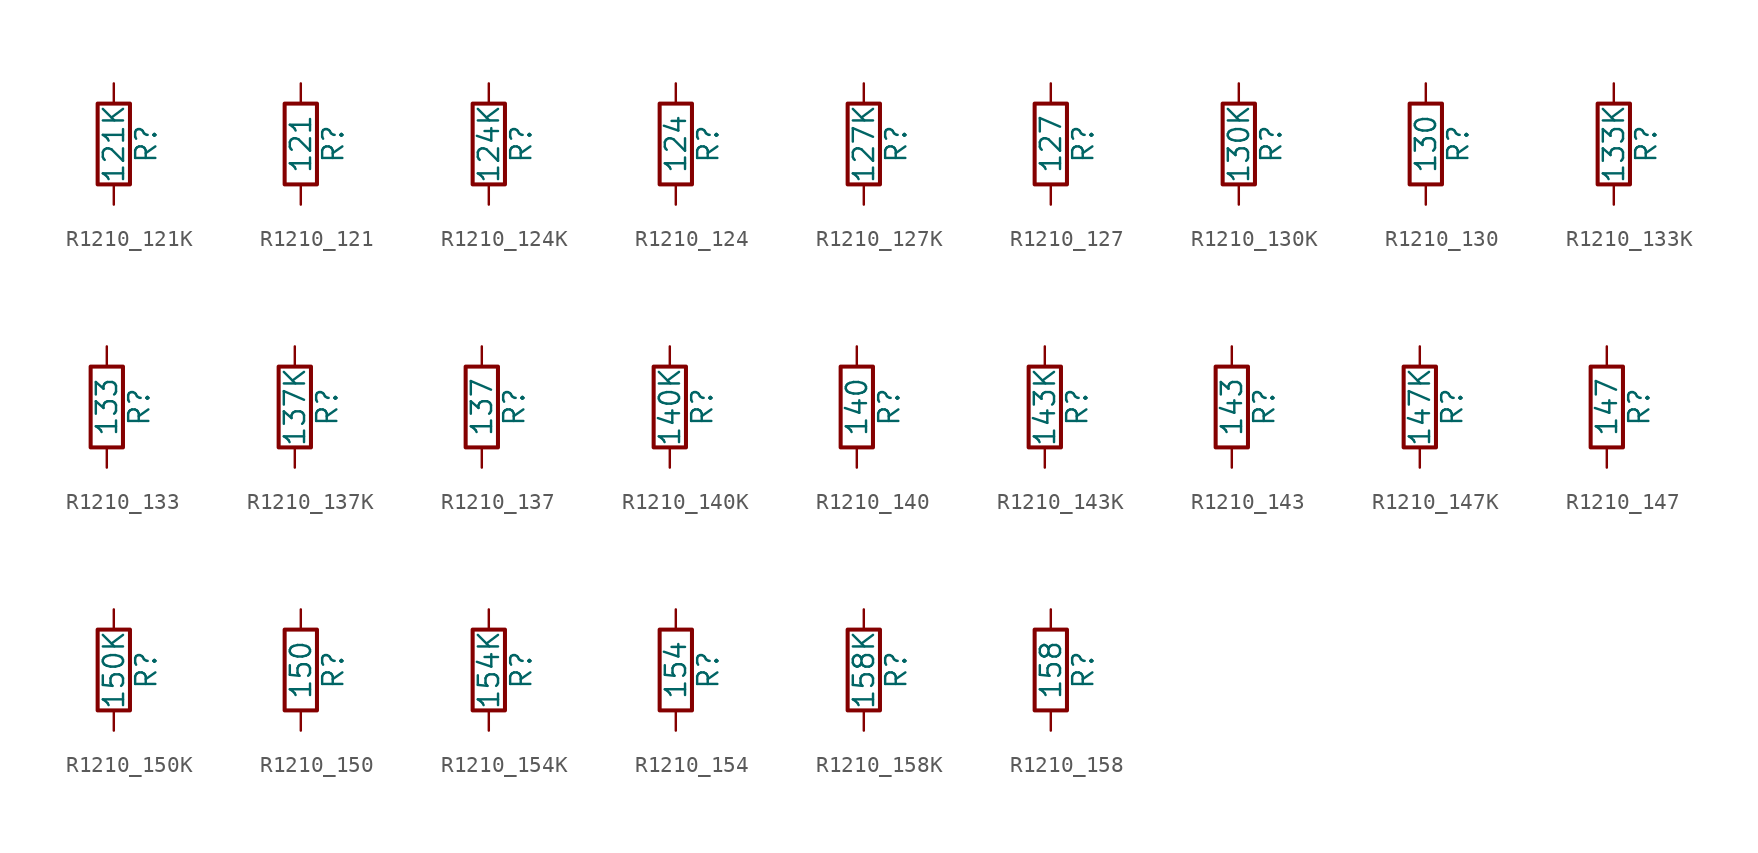
<source format=kicad_sym>
(kicad_symbol_lib
  (version 20211014)
  (generator atlantix-eda)
  (symbol "R1210_121K"
    (pin_numbers hide)
    (pin_names
      (offset 0))
    (property "Reference" "R"
      (at 2.032 0 90)
      (effects (font (size 1.27 1.27))))
    (property "Value" "121K"
      (at 0 0 90)
      (effects (font (size 1.27 1.27))))
    (symbol "R1210_121K_0_1"
      (rectangle (start -1.016 -2.54) (end 1.016 2.54) (stroke (width 0.254) (type default) (color 0 0 0 0)) (fill (type none))))
    (symbol "R1210_121K_1_1"
      (pin passive line (at 0 3.81 270) (length 1.27) (name "~" (effects (font (size 1.27 1.27)))) (number "1" (effects (font (size 1.27 1.27)))))
      (pin passive line (at 0 -3.81 90) (length 1.27) (name "~" (effects (font (size 1.27 1.27)))) (number "2" (effects (font (size 1.27 1.27)))))))
  (symbol "R1210_121"
    (pin_numbers hide)
    (pin_names
      (offset 0))
    (property "Reference" "R"
      (at 2.032 0 90)
      (effects (font (size 1.27 1.27))))
    (property "Value" "121"
      (at 0 0 90)
      (effects (font (size 1.27 1.27))))
    (symbol "R1210_121_0_1"
      (rectangle (start -1.016 -2.54) (end 1.016 2.54) (stroke (width 0.254) (type default) (color 0 0 0 0)) (fill (type none))))
    (symbol "R1210_121_1_1"
      (pin passive line (at 0 3.81 270) (length 1.27) (name "~" (effects (font (size 1.27 1.27)))) (number "1" (effects (font (size 1.27 1.27)))))
      (pin passive line (at 0 -3.81 90) (length 1.27) (name "~" (effects (font (size 1.27 1.27)))) (number "2" (effects (font (size 1.27 1.27)))))))
  (symbol "R1210_124K"
    (pin_numbers hide)
    (pin_names
      (offset 0))
    (property "Reference" "R"
      (at 2.032 0 90)
      (effects (font (size 1.27 1.27))))
    (property "Value" "124K"
      (at 0 0 90)
      (effects (font (size 1.27 1.27))))
    (symbol "R1210_124K_0_1"
      (rectangle (start -1.016 -2.54) (end 1.016 2.54) (stroke (width 0.254) (type default) (color 0 0 0 0)) (fill (type none))))
    (symbol "R1210_124K_1_1"
      (pin passive line (at 0 3.81 270) (length 1.27) (name "~" (effects (font (size 1.27 1.27)))) (number "1" (effects (font (size 1.27 1.27)))))
      (pin passive line (at 0 -3.81 90) (length 1.27) (name "~" (effects (font (size 1.27 1.27)))) (number "2" (effects (font (size 1.27 1.27)))))))
  (symbol "R1210_124"
    (pin_numbers hide)
    (pin_names
      (offset 0))
    (property "Reference" "R"
      (at 2.032 0 90)
      (effects (font (size 1.27 1.27))))
    (property "Value" "124"
      (at 0 0 90)
      (effects (font (size 1.27 1.27))))
    (symbol "R1210_124_0_1"
      (rectangle (start -1.016 -2.54) (end 1.016 2.54) (stroke (width 0.254) (type default) (color 0 0 0 0)) (fill (type none))))
    (symbol "R1210_124_1_1"
      (pin passive line (at 0 3.81 270) (length 1.27) (name "~" (effects (font (size 1.27 1.27)))) (number "1" (effects (font (size 1.27 1.27)))))
      (pin passive line (at 0 -3.81 90) (length 1.27) (name "~" (effects (font (size 1.27 1.27)))) (number "2" (effects (font (size 1.27 1.27)))))))
  (symbol "R1210_127K"
    (pin_numbers hide)
    (pin_names
      (offset 0))
    (property "Reference" "R"
      (at 2.032 0 90)
      (effects (font (size 1.27 1.27))))
    (property "Value" "127K"
      (at 0 0 90)
      (effects (font (size 1.27 1.27))))
    (symbol "R1210_127K_0_1"
      (rectangle (start -1.016 -2.54) (end 1.016 2.54) (stroke (width 0.254) (type default) (color 0 0 0 0)) (fill (type none))))
    (symbol "R1210_127K_1_1"
      (pin passive line (at 0 3.81 270) (length 1.27) (name "~" (effects (font (size 1.27 1.27)))) (number "1" (effects (font (size 1.27 1.27)))))
      (pin passive line (at 0 -3.81 90) (length 1.27) (name "~" (effects (font (size 1.27 1.27)))) (number "2" (effects (font (size 1.27 1.27)))))))
  (symbol "R1210_127"
    (pin_numbers hide)
    (pin_names
      (offset 0))
    (property "Reference" "R"
      (at 2.032 0 90)
      (effects (font (size 1.27 1.27))))
    (property "Value" "127"
      (at 0 0 90)
      (effects (font (size 1.27 1.27))))
    (symbol "R1210_127_0_1"
      (rectangle (start -1.016 -2.54) (end 1.016 2.54) (stroke (width 0.254) (type default) (color 0 0 0 0)) (fill (type none))))
    (symbol "R1210_127_1_1"
      (pin passive line (at 0 3.81 270) (length 1.27) (name "~" (effects (font (size 1.27 1.27)))) (number "1" (effects (font (size 1.27 1.27)))))
      (pin passive line (at 0 -3.81 90) (length 1.27) (name "~" (effects (font (size 1.27 1.27)))) (number "2" (effects (font (size 1.27 1.27)))))))
  (symbol "R1210_130K"
    (pin_numbers hide)
    (pin_names
      (offset 0))
    (property "Reference" "R"
      (at 2.032 0 90)
      (effects (font (size 1.27 1.27))))
    (property "Value" "130K"
      (at 0 0 90)
      (effects (font (size 1.27 1.27))))
    (symbol "R1210_130K_0_1"
      (rectangle (start -1.016 -2.54) (end 1.016 2.54) (stroke (width 0.254) (type default) (color 0 0 0 0)) (fill (type none))))
    (symbol "R1210_130K_1_1"
      (pin passive line (at 0 3.81 270) (length 1.27) (name "~" (effects (font (size 1.27 1.27)))) (number "1" (effects (font (size 1.27 1.27)))))
      (pin passive line (at 0 -3.81 90) (length 1.27) (name "~" (effects (font (size 1.27 1.27)))) (number "2" (effects (font (size 1.27 1.27)))))))
  (symbol "R1210_130"
    (pin_numbers hide)
    (pin_names
      (offset 0))
    (property "Reference" "R"
      (at 2.032 0 90)
      (effects (font (size 1.27 1.27))))
    (property "Value" "130"
      (at 0 0 90)
      (effects (font (size 1.27 1.27))))
    (symbol "R1210_130_0_1"
      (rectangle (start -1.016 -2.54) (end 1.016 2.54) (stroke (width 0.254) (type default) (color 0 0 0 0)) (fill (type none))))
    (symbol "R1210_130_1_1"
      (pin passive line (at 0 3.81 270) (length 1.27) (name "~" (effects (font (size 1.27 1.27)))) (number "1" (effects (font (size 1.27 1.27)))))
      (pin passive line (at 0 -3.81 90) (length 1.27) (name "~" (effects (font (size 1.27 1.27)))) (number "2" (effects (font (size 1.27 1.27)))))))
  (symbol "R1210_133K"
    (pin_numbers hide)
    (pin_names
      (offset 0))
    (property "Reference" "R"
      (at 2.032 0 90)
      (effects (font (size 1.27 1.27))))
    (property "Value" "133K"
      (at 0 0 90)
      (effects (font (size 1.27 1.27))))
    (symbol "R1210_133K_0_1"
      (rectangle (start -1.016 -2.54) (end 1.016 2.54) (stroke (width 0.254) (type default) (color 0 0 0 0)) (fill (type none))))
    (symbol "R1210_133K_1_1"
      (pin passive line (at 0 3.81 270) (length 1.27) (name "~" (effects (font (size 1.27 1.27)))) (number "1" (effects (font (size 1.27 1.27)))))
      (pin passive line (at 0 -3.81 90) (length 1.27) (name "~" (effects (font (size 1.27 1.27)))) (number "2" (effects (font (size 1.27 1.27)))))))
  (symbol "R1210_133"
    (pin_numbers hide)
    (pin_names
      (offset 0))
    (property "Reference" "R"
      (at 2.032 0 90)
      (effects (font (size 1.27 1.27))))
    (property "Value" "133"
      (at 0 0 90)
      (effects (font (size 1.27 1.27))))
    (symbol "R1210_133_0_1"
      (rectangle (start -1.016 -2.54) (end 1.016 2.54) (stroke (width 0.254) (type default) (color 0 0 0 0)) (fill (type none))))
    (symbol "R1210_133_1_1"
      (pin passive line (at 0 3.81 270) (length 1.27) (name "~" (effects (font (size 1.27 1.27)))) (number "1" (effects (font (size 1.27 1.27)))))
      (pin passive line (at 0 -3.81 90) (length 1.27) (name "~" (effects (font (size 1.27 1.27)))) (number "2" (effects (font (size 1.27 1.27)))))))
  (symbol "R1210_137K"
    (pin_numbers hide)
    (pin_names
      (offset 0))
    (property "Reference" "R"
      (at 2.032 0 90)
      (effects (font (size 1.27 1.27))))
    (property "Value" "137K"
      (at 0 0 90)
      (effects (font (size 1.27 1.27))))
    (symbol "R1210_137K_0_1"
      (rectangle (start -1.016 -2.54) (end 1.016 2.54) (stroke (width 0.254) (type default) (color 0 0 0 0)) (fill (type none))))
    (symbol "R1210_137K_1_1"
      (pin passive line (at 0 3.81 270) (length 1.27) (name "~" (effects (font (size 1.27 1.27)))) (number "1" (effects (font (size 1.27 1.27)))))
      (pin passive line (at 0 -3.81 90) (length 1.27) (name "~" (effects (font (size 1.27 1.27)))) (number "2" (effects (font (size 1.27 1.27)))))))
  (symbol "R1210_137"
    (pin_numbers hide)
    (pin_names
      (offset 0))
    (property "Reference" "R"
      (at 2.032 0 90)
      (effects (font (size 1.27 1.27))))
    (property "Value" "137"
      (at 0 0 90)
      (effects (font (size 1.27 1.27))))
    (symbol "R1210_137_0_1"
      (rectangle (start -1.016 -2.54) (end 1.016 2.54) (stroke (width 0.254) (type default) (color 0 0 0 0)) (fill (type none))))
    (symbol "R1210_137_1_1"
      (pin passive line (at 0 3.81 270) (length 1.27) (name "~" (effects (font (size 1.27 1.27)))) (number "1" (effects (font (size 1.27 1.27)))))
      (pin passive line (at 0 -3.81 90) (length 1.27) (name "~" (effects (font (size 1.27 1.27)))) (number "2" (effects (font (size 1.27 1.27)))))))
  (symbol "R1210_140K"
    (pin_numbers hide)
    (pin_names
      (offset 0))
    (property "Reference" "R"
      (at 2.032 0 90)
      (effects (font (size 1.27 1.27))))
    (property "Value" "140K"
      (at 0 0 90)
      (effects (font (size 1.27 1.27))))
    (symbol "R1210_140K_0_1"
      (rectangle (start -1.016 -2.54) (end 1.016 2.54) (stroke (width 0.254) (type default) (color 0 0 0 0)) (fill (type none))))
    (symbol "R1210_140K_1_1"
      (pin passive line (at 0 3.81 270) (length 1.27) (name "~" (effects (font (size 1.27 1.27)))) (number "1" (effects (font (size 1.27 1.27)))))
      (pin passive line (at 0 -3.81 90) (length 1.27) (name "~" (effects (font (size 1.27 1.27)))) (number "2" (effects (font (size 1.27 1.27)))))))
  (symbol "R1210_140"
    (pin_numbers hide)
    (pin_names
      (offset 0))
    (property "Reference" "R"
      (at 2.032 0 90)
      (effects (font (size 1.27 1.27))))
    (property "Value" "140"
      (at 0 0 90)
      (effects (font (size 1.27 1.27))))
    (symbol "R1210_140_0_1"
      (rectangle (start -1.016 -2.54) (end 1.016 2.54) (stroke (width 0.254) (type default) (color 0 0 0 0)) (fill (type none))))
    (symbol "R1210_140_1_1"
      (pin passive line (at 0 3.81 270) (length 1.27) (name "~" (effects (font (size 1.27 1.27)))) (number "1" (effects (font (size 1.27 1.27)))))
      (pin passive line (at 0 -3.81 90) (length 1.27) (name "~" (effects (font (size 1.27 1.27)))) (number "2" (effects (font (size 1.27 1.27)))))))
  (symbol "R1210_143K"
    (pin_numbers hide)
    (pin_names
      (offset 0))
    (property "Reference" "R"
      (at 2.032 0 90)
      (effects (font (size 1.27 1.27))))
    (property "Value" "143K"
      (at 0 0 90)
      (effects (font (size 1.27 1.27))))
    (symbol "R1210_143K_0_1"
      (rectangle (start -1.016 -2.54) (end 1.016 2.54) (stroke (width 0.254) (type default) (color 0 0 0 0)) (fill (type none))))
    (symbol "R1210_143K_1_1"
      (pin passive line (at 0 3.81 270) (length 1.27) (name "~" (effects (font (size 1.27 1.27)))) (number "1" (effects (font (size 1.27 1.27)))))
      (pin passive line (at 0 -3.81 90) (length 1.27) (name "~" (effects (font (size 1.27 1.27)))) (number "2" (effects (font (size 1.27 1.27)))))))
  (symbol "R1210_143"
    (pin_numbers hide)
    (pin_names
      (offset 0))
    (property "Reference" "R"
      (at 2.032 0 90)
      (effects (font (size 1.27 1.27))))
    (property "Value" "143"
      (at 0 0 90)
      (effects (font (size 1.27 1.27))))
    (symbol "R1210_143_0_1"
      (rectangle (start -1.016 -2.54) (end 1.016 2.54) (stroke (width 0.254) (type default) (color 0 0 0 0)) (fill (type none))))
    (symbol "R1210_143_1_1"
      (pin passive line (at 0 3.81 270) (length 1.27) (name "~" (effects (font (size 1.27 1.27)))) (number "1" (effects (font (size 1.27 1.27)))))
      (pin passive line (at 0 -3.81 90) (length 1.27) (name "~" (effects (font (size 1.27 1.27)))) (number "2" (effects (font (size 1.27 1.27)))))))
  (symbol "R1210_147K"
    (pin_numbers hide)
    (pin_names
      (offset 0))
    (property "Reference" "R"
      (at 2.032 0 90)
      (effects (font (size 1.27 1.27))))
    (property "Value" "147K"
      (at 0 0 90)
      (effects (font (size 1.27 1.27))))
    (symbol "R1210_147K_0_1"
      (rectangle (start -1.016 -2.54) (end 1.016 2.54) (stroke (width 0.254) (type default) (color 0 0 0 0)) (fill (type none))))
    (symbol "R1210_147K_1_1"
      (pin passive line (at 0 3.81 270) (length 1.27) (name "~" (effects (font (size 1.27 1.27)))) (number "1" (effects (font (size 1.27 1.27)))))
      (pin passive line (at 0 -3.81 90) (length 1.27) (name "~" (effects (font (size 1.27 1.27)))) (number "2" (effects (font (size 1.27 1.27)))))))
  (symbol "R1210_147"
    (pin_numbers hide)
    (pin_names
      (offset 0))
    (property "Reference" "R"
      (at 2.032 0 90)
      (effects (font (size 1.27 1.27))))
    (property "Value" "147"
      (at 0 0 90)
      (effects (font (size 1.27 1.27))))
    (symbol "R1210_147_0_1"
      (rectangle (start -1.016 -2.54) (end 1.016 2.54) (stroke (width 0.254) (type default) (color 0 0 0 0)) (fill (type none))))
    (symbol "R1210_147_1_1"
      (pin passive line (at 0 3.81 270) (length 1.27) (name "~" (effects (font (size 1.27 1.27)))) (number "1" (effects (font (size 1.27 1.27)))))
      (pin passive line (at 0 -3.81 90) (length 1.27) (name "~" (effects (font (size 1.27 1.27)))) (number "2" (effects (font (size 1.27 1.27)))))))
  (symbol "R1210_150K"
    (pin_numbers hide)
    (pin_names
      (offset 0))
    (property "Reference" "R"
      (at 2.032 0 90)
      (effects (font (size 1.27 1.27))))
    (property "Value" "150K"
      (at 0 0 90)
      (effects (font (size 1.27 1.27))))
    (symbol "R1210_150K_0_1"
      (rectangle (start -1.016 -2.54) (end 1.016 2.54) (stroke (width 0.254) (type default) (color 0 0 0 0)) (fill (type none))))
    (symbol "R1210_150K_1_1"
      (pin passive line (at 0 3.81 270) (length 1.27) (name "~" (effects (font (size 1.27 1.27)))) (number "1" (effects (font (size 1.27 1.27)))))
      (pin passive line (at 0 -3.81 90) (length 1.27) (name "~" (effects (font (size 1.27 1.27)))) (number "2" (effects (font (size 1.27 1.27)))))))
  (symbol "R1210_150"
    (pin_numbers hide)
    (pin_names
      (offset 0))
    (property "Reference" "R"
      (at 2.032 0 90)
      (effects (font (size 1.27 1.27))))
    (property "Value" "150"
      (at 0 0 90)
      (effects (font (size 1.27 1.27))))
    (symbol "R1210_150_0_1"
      (rectangle (start -1.016 -2.54) (end 1.016 2.54) (stroke (width 0.254) (type default) (color 0 0 0 0)) (fill (type none))))
    (symbol "R1210_150_1_1"
      (pin passive line (at 0 3.81 270) (length 1.27) (name "~" (effects (font (size 1.27 1.27)))) (number "1" (effects (font (size 1.27 1.27)))))
      (pin passive line (at 0 -3.81 90) (length 1.27) (name "~" (effects (font (size 1.27 1.27)))) (number "2" (effects (font (size 1.27 1.27)))))))
  (symbol "R1210_154K"
    (pin_numbers hide)
    (pin_names
      (offset 0))
    (property "Reference" "R"
      (at 2.032 0 90)
      (effects (font (size 1.27 1.27))))
    (property "Value" "154K"
      (at 0 0 90)
      (effects (font (size 1.27 1.27))))
    (symbol "R1210_154K_0_1"
      (rectangle (start -1.016 -2.54) (end 1.016 2.54) (stroke (width 0.254) (type default) (color 0 0 0 0)) (fill (type none))))
    (symbol "R1210_154K_1_1"
      (pin passive line (at 0 3.81 270) (length 1.27) (name "~" (effects (font (size 1.27 1.27)))) (number "1" (effects (font (size 1.27 1.27)))))
      (pin passive line (at 0 -3.81 90) (length 1.27) (name "~" (effects (font (size 1.27 1.27)))) (number "2" (effects (font (size 1.27 1.27)))))))
  (symbol "R1210_154"
    (pin_numbers hide)
    (pin_names
      (offset 0))
    (property "Reference" "R"
      (at 2.032 0 90)
      (effects (font (size 1.27 1.27))))
    (property "Value" "154"
      (at 0 0 90)
      (effects (font (size 1.27 1.27))))
    (symbol "R1210_154_0_1"
      (rectangle (start -1.016 -2.54) (end 1.016 2.54) (stroke (width 0.254) (type default) (color 0 0 0 0)) (fill (type none))))
    (symbol "R1210_154_1_1"
      (pin passive line (at 0 3.81 270) (length 1.27) (name "~" (effects (font (size 1.27 1.27)))) (number "1" (effects (font (size 1.27 1.27)))))
      (pin passive line (at 0 -3.81 90) (length 1.27) (name "~" (effects (font (size 1.27 1.27)))) (number "2" (effects (font (size 1.27 1.27)))))))
  (symbol "R1210_158K"
    (pin_numbers hide)
    (pin_names
      (offset 0))
    (property "Reference" "R"
      (at 2.032 0 90)
      (effects (font (size 1.27 1.27))))
    (property "Value" "158K"
      (at 0 0 90)
      (effects (font (size 1.27 1.27))))
    (symbol "R1210_158K_0_1"
      (rectangle (start -1.016 -2.54) (end 1.016 2.54) (stroke (width 0.254) (type default) (color 0 0 0 0)) (fill (type none))))
    (symbol "R1210_158K_1_1"
      (pin passive line (at 0 3.81 270) (length 1.27) (name "~" (effects (font (size 1.27 1.27)))) (number "1" (effects (font (size 1.27 1.27)))))
      (pin passive line (at 0 -3.81 90) (length 1.27) (name "~" (effects (font (size 1.27 1.27)))) (number "2" (effects (font (size 1.27 1.27)))))))
  (symbol "R1210_158"
    (pin_numbers hide)
    (pin_names
      (offset 0))
    (property "Reference" "R"
      (at 2.032 0 90)
      (effects (font (size 1.27 1.27))))
    (property "Value" "158"
      (at 0 0 90)
      (effects (font (size 1.27 1.27))))
    (symbol "R1210_158_0_1"
      (rectangle (start -1.016 -2.54) (end 1.016 2.54) (stroke (width 0.254) (type default) (color 0 0 0 0)) (fill (type none))))
    (symbol "R1210_158_1_1"
      (pin passive line (at 0 3.81 270) (length 1.27) (name "~" (effects (font (size 1.27 1.27)))) (number "1" (effects (font (size 1.27 1.27)))))
      (pin passive line (at 0 -3.81 90) (length 1.27) (name "~" (effects (font (size 1.27 1.27)))) (number "2" (effects (font (size 1.27 1.27))))))))
</source>
